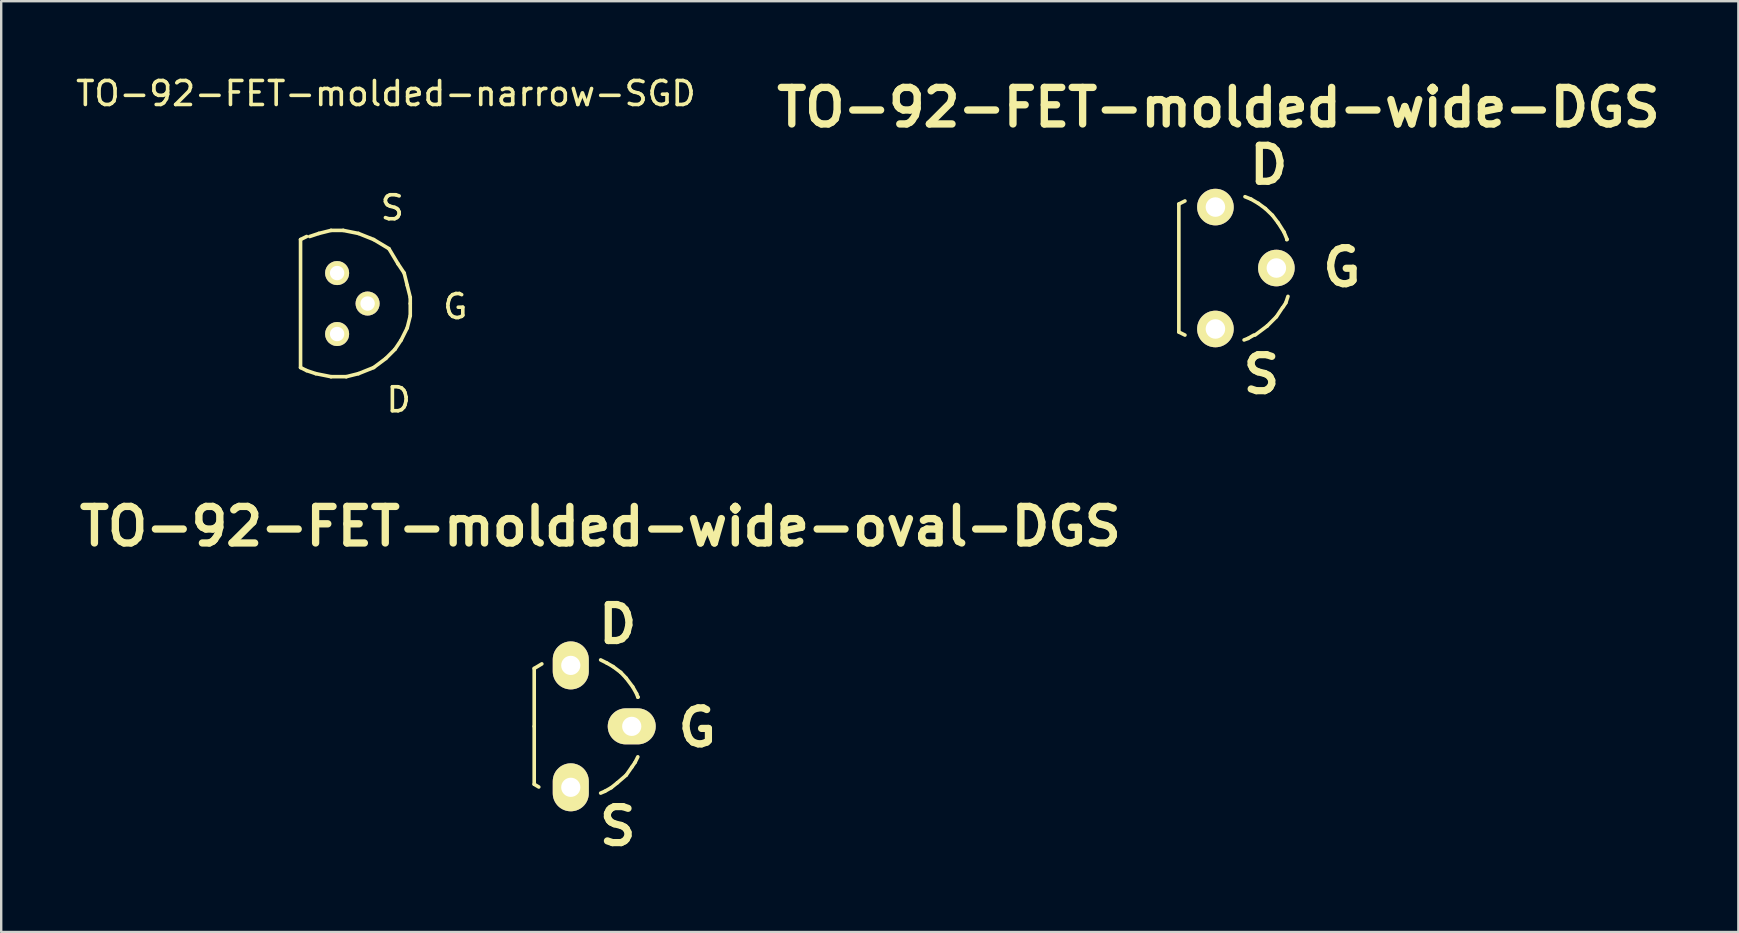
<source format=kicad_pcb>
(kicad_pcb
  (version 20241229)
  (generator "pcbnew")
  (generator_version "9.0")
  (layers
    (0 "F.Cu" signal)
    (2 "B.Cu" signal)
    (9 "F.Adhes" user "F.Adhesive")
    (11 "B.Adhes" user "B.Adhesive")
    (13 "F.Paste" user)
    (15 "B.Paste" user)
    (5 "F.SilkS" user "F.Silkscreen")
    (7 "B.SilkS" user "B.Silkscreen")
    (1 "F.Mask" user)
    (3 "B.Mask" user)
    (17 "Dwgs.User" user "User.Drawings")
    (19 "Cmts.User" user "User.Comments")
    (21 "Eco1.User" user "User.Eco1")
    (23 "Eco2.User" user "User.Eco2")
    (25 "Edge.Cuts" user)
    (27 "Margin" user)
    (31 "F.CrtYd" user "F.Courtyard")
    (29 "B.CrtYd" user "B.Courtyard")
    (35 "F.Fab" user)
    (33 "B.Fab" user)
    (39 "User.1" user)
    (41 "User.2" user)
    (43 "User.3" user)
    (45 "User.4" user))
  (footprint "TO-92-FET-molded-narrow-SGD"
    (layer "F.Cu")
    (at 10.998 9.599)
    (property "Reference" "TO-92-FET-molded-narrow-SGD" (at 2.032 -8.75 0) (layer "F.SilkS") (effects (font (size 1 1) (thickness 0.15))))
    (attr through_hole)
    (fp_line (start -1.524 -2.667) (end -1.524 2.667) (stroke (width 0.15) (type solid)) (layer "F.SilkS"))
    (fp_line (start -1.524 -2.667) (end -1.27 -2.794) (stroke (width 0.15) (type solid)) (layer "F.SilkS"))
    (fp_line (start -1.27 2.794) (end -1.524 2.667) (stroke (width 0.15) (type solid)) (layer "F.SilkS"))
    (fp_line (start -1.143 -2.794) (end -0.762 -2.921) (stroke (width 0.15) (type solid)) (layer "F.SilkS"))
    (fp_line (start -0.889 2.921) (end -1.27 2.794) (stroke (width 0.15) (type solid)) (layer "F.SilkS"))
    (fp_line (start -0.762 -2.921) (end -0.254 -3.048) (stroke (width 0.15) (type solid)) (layer "F.SilkS"))
    (fp_line (start -0.254 -3.048) (end 0.254 -3.048) (stroke (width 0.15) (type solid)) (layer "F.SilkS"))
    (fp_line (start -0.254 3.048) (end -0.889 2.921) (stroke (width 0.15) (type solid)) (layer "F.SilkS"))
    (fp_line (start 0.254 -3.048) (end 0.889 -2.921) (stroke (width 0.15) (type solid)) (layer "F.SilkS"))
    (fp_line (start 0.381 3.048) (end -0.254 3.048) (stroke (width 0.15) (type solid)) (layer "F.SilkS"))
    (fp_line (start 0.889 -2.921) (end 1.524 -2.667) (stroke (width 0.15) (type solid)) (layer "F.SilkS"))
    (fp_line (start 0.889 2.921) (end 0.381 3.048) (stroke (width 0.15) (type solid)) (layer "F.SilkS"))
    (fp_line (start 1.524 -2.667) (end 2.159 -2.286) (stroke (width 0.15) (type solid)) (layer "F.SilkS"))
    (fp_line (start 1.524 2.667) (end 0.889 2.921) (stroke (width 0.15) (type solid)) (layer "F.SilkS"))
    (fp_line (start 2.032 2.286) (end 1.524 2.667) (stroke (width 0.15) (type solid)) (layer "F.SilkS"))
    (fp_line (start 2.159 -2.286) (end 2.54 -1.651) (stroke (width 0.15) (type solid)) (layer "F.SilkS"))
    (fp_line (start 2.413 1.905) (end 2.032 2.286) (stroke (width 0.15) (type solid)) (layer "F.SilkS"))
    (fp_line (start 2.54 -1.651) (end 2.794 -1.27) (stroke (width 0.15) (type solid)) (layer "F.SilkS"))
    (fp_line (start 2.667 1.524) (end 2.413 1.905) (stroke (width 0.15) (type solid)) (layer "F.SilkS"))
    (fp_line (start 2.794 -1.27) (end 2.921 -0.762) (stroke (width 0.15) (type solid)) (layer "F.SilkS"))
    (fp_line (start 2.921 -0.762) (end 3.048 -0.254) (stroke (width 0.15) (type solid)) (layer "F.SilkS"))
    (fp_line (start 2.921 1.016) (end 2.667 1.524) (stroke (width 0.15) (type solid)) (layer "F.SilkS"))
    (fp_line (start 3.048 -0.254) (end 3.048 0) (stroke (width 0.15) (type solid)) (layer "F.SilkS"))
    (fp_line (start 3.048 0) (end 3.048 0.508) (stroke (width 0.15) (type solid)) (layer "F.SilkS"))
    (fp_line (start 3.048 0.508) (end 2.921 1.016) (stroke (width 0.15) (type solid)) (layer "F.SilkS"))
    (fp_text user "D" (at 2.565 4.013 0) (layer "F.SilkS") (effects (font (size 1 1) (thickness 0.15))))
    (fp_text user "S" (at 2.299 -3.988 0) (layer "F.SilkS") (effects (font (size 1 1) (thickness 0.15))))
    (fp_text user "G" (at 4.928 0.127 0) (layer "F.SilkS") (effects (font (size 1 1) (thickness 0.15))))
    (pad "D" thru_hole circle (at 0 1.27) (size 1.001 1.001) (drill 0.599) (layers "*.Cu" "*.Mask" "F.SilkS"))
    (pad "G" thru_hole circle (at 1.27 0) (size 1.001 1.001) (drill 0.599) (layers "*.Cu" "*.Mask" "F.SilkS"))
    (pad "S" thru_hole circle (at 0 -1.27) (size 1.001 1.001) (drill 0.599) (layers "*.Cu" "*.Mask" "F.SilkS")))
  (footprint "TO-92-FET-molded-wide-oval-DGS"
    (layer "F.Cu")
    (at 20.735 27.218)
    (property "Reference" "TO-92-FET-molded-wide-oval-DGS" (at 1.232 -8.331 0) (layer "F.SilkS") (effects (font (size 1.524 1.524) (thickness 0.305))))
    (attr through_hole)
    (fp_line (start -1.524 -2.413) (end -1.206 -2.603) (stroke (width 0.15) (type solid)) (layer "F.SilkS"))
    (fp_line (start -1.524 0) (end -1.524 -2.413) (stroke (width 0.15) (type solid)) (layer "F.SilkS"))
    (fp_line (start -1.524 0) (end -1.524 2.413) (stroke (width 0.15) (type solid)) (layer "F.SilkS"))
    (fp_line (start -1.524 2.413) (end -1.333 2.527) (stroke (width 0.15) (type solid)) (layer "F.SilkS"))
    (fp_line (start 1.245 -2.769) (end 1.499 -2.642) (stroke (width 0.15) (type solid)) (layer "F.SilkS"))
    (fp_line (start 1.422 2.705) (end 1.245 2.781) (stroke (width 0.15) (type solid)) (layer "F.SilkS"))
    (fp_line (start 1.499 -2.642) (end 1.765 -2.489) (stroke (width 0.15) (type solid)) (layer "F.SilkS"))
    (fp_line (start 1.689 2.553) (end 1.422 2.705) (stroke (width 0.15) (type solid)) (layer "F.SilkS"))
    (fp_line (start 1.765 -2.489) (end 2.083 -2.248) (stroke (width 0.15) (type solid)) (layer "F.SilkS"))
    (fp_line (start 1.943 2.349) (end 1.689 2.553) (stroke (width 0.15) (type solid)) (layer "F.SilkS"))
    (fp_line (start 2.083 -2.248) (end 2.311 -2.007) (stroke (width 0.15) (type solid)) (layer "F.SilkS"))
    (fp_line (start 2.311 -2.007) (end 2.578 -1.651) (stroke (width 0.15) (type solid)) (layer "F.SilkS"))
    (fp_line (start 2.311 2.032) (end 1.943 2.349) (stroke (width 0.15) (type solid)) (layer "F.SilkS"))
    (fp_line (start 2.54 1.702) (end 2.311 2.032) (stroke (width 0.15) (type solid)) (layer "F.SilkS"))
    (fp_line (start 2.578 -1.651) (end 2.743 -1.359) (stroke (width 0.15) (type solid)) (layer "F.SilkS"))
    (fp_line (start 2.68 1.499) (end 2.54 1.702) (stroke (width 0.15) (type solid)) (layer "F.SilkS"))
    (fp_line (start 2.743 -1.359) (end 2.794 -1.219) (stroke (width 0.15) (type solid)) (layer "F.SilkS"))
    (fp_line (start 2.794 -1.219) (end 2.807 -1.219) (stroke (width 0.15) (type solid)) (layer "F.SilkS"))
    (fp_line (start 2.794 1.27) (end 2.68 1.499) (stroke (width 0.15) (type solid)) (layer "F.SilkS"))
    (fp_text user "D" (at 1.956 -4.255 0) (layer "F.SilkS") (effects (font (size 1.501 1.501) (thickness 0.3))))
    (fp_text user "G" (at 5.271 0.051 0) (layer "F.SilkS") (effects (font (size 1.501 1.501) (thickness 0.3))))
    (fp_text user "S" (at 1.956 4.166 0) (layer "F.SilkS") (effects (font (size 1.501 1.501) (thickness 0.3))))
    (pad "D" thru_hole oval (at 0 -2.54) (size 1.501 1.999) (drill 0.8) (layers "*.Cu" "*.Mask" "F.SilkS"))
    (pad "G" thru_hole oval (at 2.54 0) (size 1.999 1.501) (drill 0.8) (layers "*.Cu" "*.Mask" "F.SilkS"))
    (pad "S" thru_hole oval (at 0 2.54) (size 1.501 1.999) (drill 0.8) (layers "*.Cu" "*.Mask" "F.SilkS")))
  (footprint "TO-92-FET-molded-wide-DGS"
    (layer "F.Cu")
    (at 47.598 8.119)
    (property "Reference" "TO-92-FET-molded-wide-DGS" (at 0.127 -6.693 0) (layer "F.SilkS") (effects (font (size 1.524 1.524) (thickness 0.305))))
    (attr through_hole)
    (fp_line (start -1.524 -2.667) (end -1.524 2.667) (stroke (width 0.15) (type solid)) (layer "F.SilkS"))
    (fp_line (start -1.524 -2.667) (end -1.27 -2.794) (stroke (width 0.15) (type solid)) (layer "F.SilkS"))
    (fp_line (start -1.27 2.794) (end -1.524 2.667) (stroke (width 0.15) (type solid)) (layer "F.SilkS"))
    (fp_line (start 1.232 -2.972) (end 1.486 -2.87) (stroke (width 0.15) (type solid)) (layer "F.SilkS"))
    (fp_line (start 1.359 2.934) (end 1.194 2.997) (stroke (width 0.15) (type solid)) (layer "F.SilkS"))
    (fp_line (start 1.486 -2.87) (end 1.791 -2.692) (stroke (width 0.15) (type solid)) (layer "F.SilkS"))
    (fp_line (start 1.6 2.794) (end 1.359 2.934) (stroke (width 0.15) (type solid)) (layer "F.SilkS"))
    (fp_line (start 1.791 -2.692) (end 2.083 -2.477) (stroke (width 0.15) (type solid)) (layer "F.SilkS"))
    (fp_line (start 2.083 -2.477) (end 2.375 -2.197) (stroke (width 0.15) (type solid)) (layer "F.SilkS"))
    (fp_line (start 2.159 2.413) (end 1.651 2.794) (stroke (width 0.15) (type solid)) (layer "F.SilkS"))
    (fp_line (start 2.375 -2.197) (end 2.616 -1.88) (stroke (width 0.15) (type solid)) (layer "F.SilkS"))
    (fp_line (start 2.54 2.032) (end 2.159 2.413) (stroke (width 0.15) (type solid)) (layer "F.SilkS"))
    (fp_line (start 2.616 -1.88) (end 2.857 -1.499) (stroke (width 0.15) (type solid)) (layer "F.SilkS"))
    (fp_line (start 2.794 1.651) (end 2.54 2.032) (stroke (width 0.15) (type solid)) (layer "F.SilkS"))
    (fp_line (start 2.819 1.626) (end 2.934 1.448) (stroke (width 0.15) (type solid)) (layer "F.SilkS"))
    (fp_line (start 2.857 -1.499) (end 2.985 -1.194) (stroke (width 0.15) (type solid)) (layer "F.SilkS"))
    (fp_line (start 2.934 1.448) (end 3.023 1.181) (stroke (width 0.15) (type solid)) (layer "F.SilkS"))
    (fp_line (start 2.985 -1.194) (end 2.972 -1.181) (stroke (width 0.15) (type solid)) (layer "F.SilkS"))
    (fp_text user "S" (at 1.918 4.432 0) (layer "F.SilkS") (effects (font (size 1.501 1.501) (thickness 0.3))))
    (fp_text user "G" (at 5.271 -0.025 0) (layer "F.SilkS") (effects (font (size 1.501 1.501) (thickness 0.3))))
    (fp_text user "D" (at 2.223 -4.293 0) (layer "F.SilkS") (effects (font (size 1.501 1.501) (thickness 0.3))))
    (pad "D" thru_hole circle (at 0 -2.54) (size 1.524 1.524) (drill 0.813) (layers "*.Cu" "*.Mask" "F.SilkS"))
    (pad "G" thru_hole circle (at 2.54 0) (size 1.524 1.524) (drill 0.813) (layers "*.Cu" "*.Mask" "F.SilkS"))
    (pad "S" thru_hole circle (at 0 2.54) (size 1.524 1.524) (drill 0.813) (layers "*.Cu" "*.Mask" "F.SilkS")))
  (gr_rect
    (start -3 -3)
    (end 69.39 35.787)
    (stroke (width 0.1) (type default))
    (fill no)
    (layer "Edge.Cuts")))
</source>
